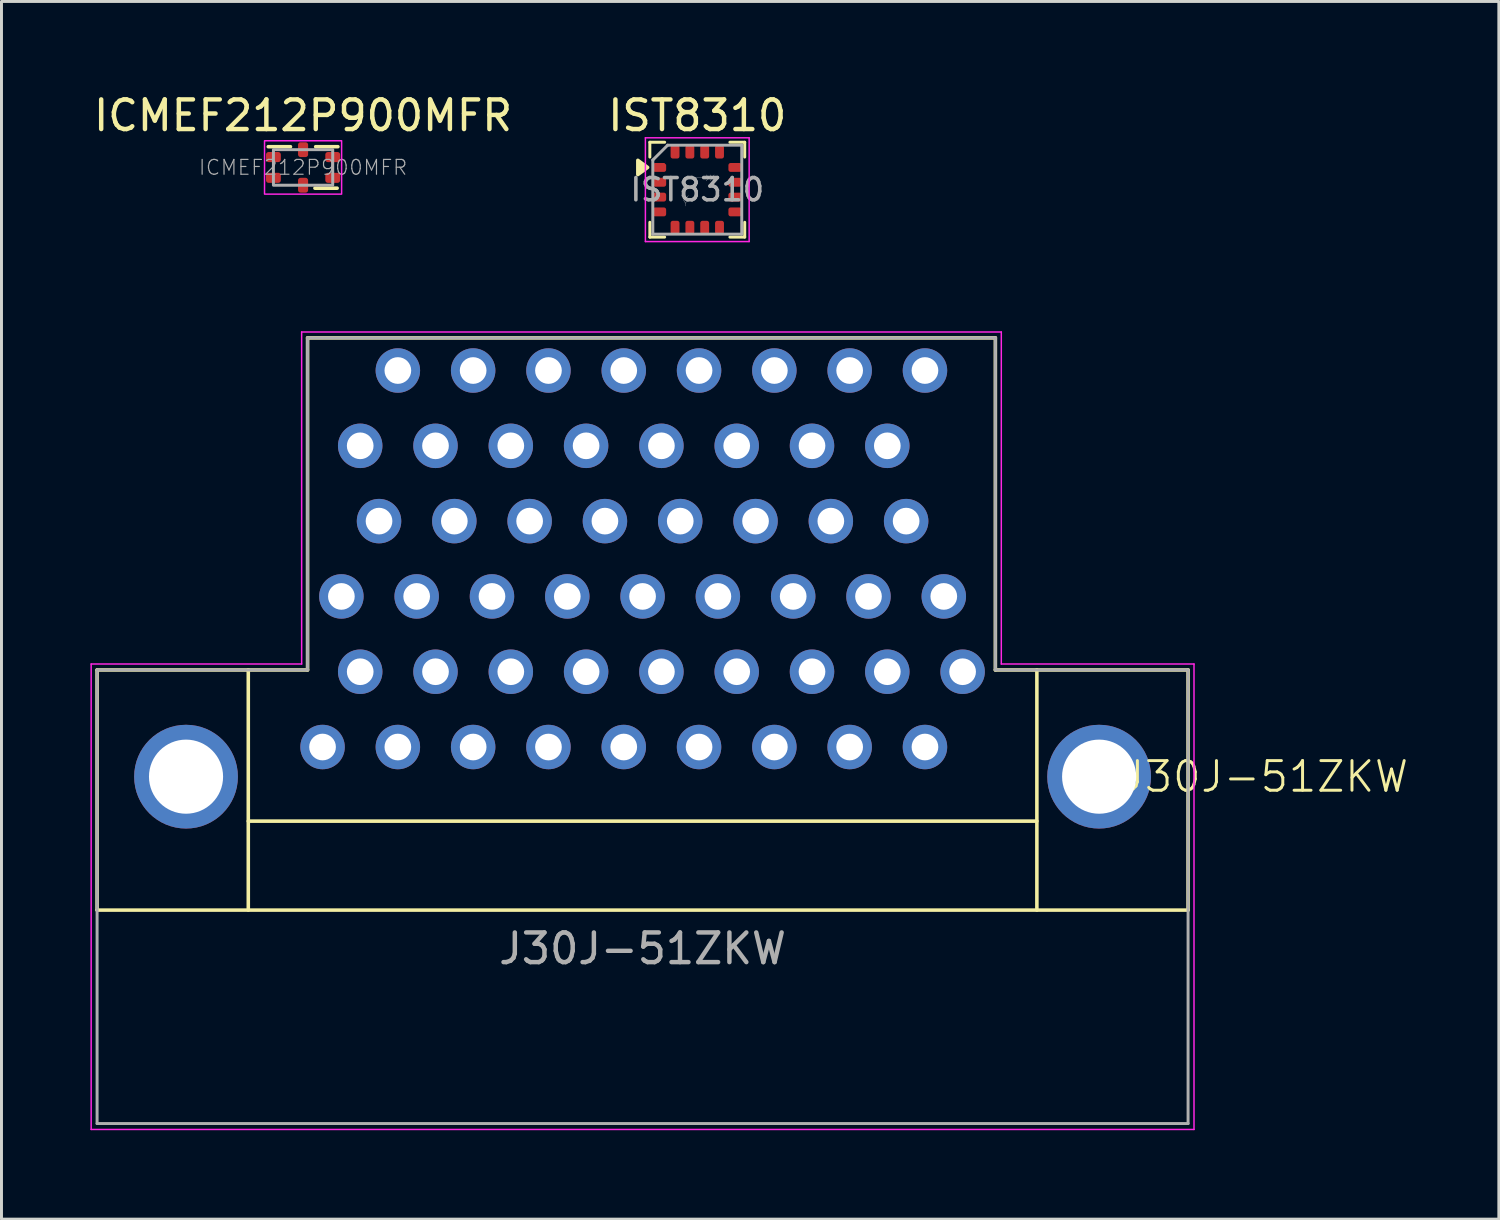
<source format=kicad_pcb>
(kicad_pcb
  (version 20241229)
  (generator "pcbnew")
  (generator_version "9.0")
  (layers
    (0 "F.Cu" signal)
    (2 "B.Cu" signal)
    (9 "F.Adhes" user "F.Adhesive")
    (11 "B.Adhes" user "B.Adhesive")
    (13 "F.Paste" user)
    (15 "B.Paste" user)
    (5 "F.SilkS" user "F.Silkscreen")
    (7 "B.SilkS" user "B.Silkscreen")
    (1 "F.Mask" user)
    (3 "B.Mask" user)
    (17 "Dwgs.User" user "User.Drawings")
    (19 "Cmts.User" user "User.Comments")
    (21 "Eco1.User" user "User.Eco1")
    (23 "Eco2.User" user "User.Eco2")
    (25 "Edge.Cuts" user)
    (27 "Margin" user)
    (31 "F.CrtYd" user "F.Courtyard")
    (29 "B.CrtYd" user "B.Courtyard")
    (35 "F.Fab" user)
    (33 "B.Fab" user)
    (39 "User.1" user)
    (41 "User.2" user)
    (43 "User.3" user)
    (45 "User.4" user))
  (footprint "J30J-51ZKW"
    (layer "F.Cu")
    (at 18.625 23.148)
    (property "Reference" "J30J-51ZKW" (at 21 0 0) (unlocked yes) (layer "F.SilkS") (effects (font (size 1 1) (thickness 0.1))))
    (attr through_hole)
    (fp_line (start -18.4 -3.6) (end -13.3 -3.6) (stroke (width 0.12) (type solid)) (layer "F.SilkS"))
    (fp_line (start -18.4 4.5) (end -18.4 -3.6) (stroke (width 0.12) (type solid)) (layer "F.SilkS"))
    (fp_line (start -13.3 1.5) (end 13.3 1.5) (stroke (width 0.12) (type solid)) (layer "F.SilkS"))
    (fp_line (start -13.3 4.5) (end -13.3 -3.6) (stroke (width 0.12) (type solid)) (layer "F.SilkS"))
    (fp_line (start -11.3 -14.8) (end -11.3 -3.6) (stroke (width 0.12) (type solid)) (layer "F.SilkS"))
    (fp_line (start -11.3 -14.8) (end 11.9 -14.8) (stroke (width 0.12) (type solid)) (layer "F.SilkS"))
    (fp_line (start -11.3 -3.6) (end -13.3 -3.6) (stroke (width 0.12) (type solid)) (layer "F.SilkS"))
    (fp_line (start 11.9 -14.8) (end 11.9 -3.6) (stroke (width 0.12) (type solid)) (layer "F.SilkS"))
    (fp_line (start 11.9 -3.6) (end 13.3 -3.6) (stroke (width 0.12) (type solid)) (layer "F.SilkS"))
    (fp_line (start 13.3 -3.6) (end 13.3 4.5) (stroke (width 0.12) (type solid)) (layer "F.SilkS"))
    (fp_line (start 13.3 -3.6) (end 18.4 -3.6) (stroke (width 0.12) (type solid)) (layer "F.SilkS"))
    (fp_line (start 18.4 -3.6) (end 18.4 4.5) (stroke (width 0.12) (type solid)) (layer "F.SilkS"))
    (fp_line (start 18.4 4.5) (end -18.4 4.5) (stroke (width 0.12) (type solid)) (layer "F.SilkS"))
    (fp_line (start -18.6 -3.8) (end -11.5 -3.8) (stroke (width 0.05) (type default)) (layer "F.CrtYd"))
    (fp_line (start -18.6 11.9) (end -18.6 -3.8) (stroke (width 0.05) (type default)) (layer "F.CrtYd"))
    (fp_line (start -11.5 -15) (end 12.1 -15) (stroke (width 0.05) (type default)) (layer "F.CrtYd"))
    (fp_line (start -11.5 -3.8) (end -11.5 -15) (stroke (width 0.05) (type default)) (layer "F.CrtYd"))
    (fp_line (start 12.1 -15) (end 12.1 -3.8) (stroke (width 0.05) (type default)) (layer "F.CrtYd"))
    (fp_line (start 12.1 -3.8) (end 18.6 -3.8) (stroke (width 0.05) (type default)) (layer "F.CrtYd"))
    (fp_line (start 18.6 -3.8) (end 18.6 11.9) (stroke (width 0.05) (type default)) (layer "F.CrtYd"))
    (fp_line (start 18.6 11.9) (end -18.6 11.9) (stroke (width 0.05) (type default)) (layer "F.CrtYd"))
    (fp_line (start -18.4 -3.6) (end -11.3 -3.6) (stroke (width 0.1) (type solid)) (layer "F.Fab"))
    (fp_line (start -18.4 11.7) (end -18.4 -3.6) (stroke (width 0.1) (type solid)) (layer "F.Fab"))
    (fp_line (start -18.4 11.7) (end 18.4 11.7) (stroke (width 0.1) (type solid)) (layer "F.Fab"))
    (fp_line (start -11.3 -14.8) (end 11.9 -14.8) (stroke (width 0.1) (type solid)) (layer "F.Fab"))
    (fp_line (start -11.3 -3.6) (end -11.3 -14.8) (stroke (width 0.1) (type solid)) (layer "F.Fab"))
    (fp_line (start 11.9 -14.8) (end 11.9 -3.6) (stroke (width 0.1) (type solid)) (layer "F.Fab"))
    (fp_line (start 11.9 -3.6) (end 18.4 -3.6) (stroke (width 0.1) (type solid)) (layer "F.Fab"))
    (fp_line (start 18.4 11.7) (end 18.4 -3.6) (stroke (width 0.1) (type solid)) (layer "F.Fab"))
    (fp_text user "${REFERENCE}" (at 0 5.8 0) (unlocked yes) (layer "F.Fab") (effects (font (size 1 1) (thickness 0.15))))
    (pad "1" thru_hole circle (at -10.795 -1) (size 1.5 1.5) (drill 0.9) (layers "*.Cu" "*.Mask"))
    (pad "2" thru_hole circle (at -9.525 -3.54) (size 1.5 1.5) (drill 0.9) (layers "*.Cu" "*.Mask"))
    (pad "3" thru_hole circle (at -8.255 -1) (size 1.5 1.5) (drill 0.9) (layers "*.Cu" "*.Mask"))
    (pad "4" thru_hole circle (at -6.985 -3.54) (size 1.5 1.5) (drill 0.9) (layers "*.Cu" "*.Mask"))
    (pad "5" thru_hole circle (at -5.715 -1) (size 1.5 1.5) (drill 0.9) (layers "*.Cu" "*.Mask"))
    (pad "6" thru_hole circle (at -4.445 -3.54) (size 1.5 1.5) (drill 0.9) (layers "*.Cu" "*.Mask"))
    (pad "7" thru_hole circle (at -3.175 -1) (size 1.5 1.5) (drill 0.9) (layers "*.Cu" "*.Mask"))
    (pad "8" thru_hole circle (at -1.905 -3.54) (size 1.5 1.5) (drill 0.9) (layers "*.Cu" "*.Mask"))
    (pad "9" thru_hole circle (at -0.635 -1) (size 1.5 1.5) (drill 0.9) (layers "*.Cu" "*.Mask"))
    (pad "10" thru_hole circle (at 0.635 -3.54) (size 1.5 1.5) (drill 0.9) (layers "*.Cu" "*.Mask"))
    (pad "11" thru_hole circle (at 1.905 -1) (size 1.5 1.5) (drill 0.9) (layers "*.Cu" "*.Mask"))
    (pad "12" thru_hole circle (at 3.175 -3.54) (size 1.5 1.5) (drill 0.9) (layers "*.Cu" "*.Mask"))
    (pad "13" thru_hole circle (at 4.445 -1) (size 1.5 1.5) (drill 0.9) (layers "*.Cu" "*.Mask"))
    (pad "14" thru_hole circle (at 5.715 -3.54) (size 1.5 1.5) (drill 0.9) (layers "*.Cu" "*.Mask"))
    (pad "15" thru_hole circle (at 6.985 -1) (size 1.5 1.5) (drill 0.9) (layers "*.Cu" "*.Mask"))
    (pad "16" thru_hole circle (at 8.255 -3.54) (size 1.5 1.5) (drill 0.9) (layers "*.Cu" "*.Mask"))
    (pad "17" thru_hole circle (at 9.525 -1) (size 1.5 1.5) (drill 0.9) (layers "*.Cu" "*.Mask"))
    (pad "18" thru_hole circle (at 10.795 -3.54) (size 1.5 1.5) (drill 0.9) (layers "*.Cu" "*.Mask"))
    (pad "19" thru_hole circle (at -10.16 -6.08) (size 1.5 1.5) (drill 0.9) (layers "*.Cu" "*.Mask"))
    (pad "20" thru_hole circle (at -8.89 -8.62) (size 1.5 1.5) (drill 0.9) (layers "*.Cu" "*.Mask"))
    (pad "21" thru_hole circle (at -7.62 -6.08) (size 1.5 1.5) (drill 0.9) (layers "*.Cu" "*.Mask"))
    (pad "22" thru_hole circle (at -6.35 -8.62) (size 1.5 1.5) (drill 0.9) (layers "*.Cu" "*.Mask"))
    (pad "23" thru_hole circle (at -5.08 -6.08) (size 1.5 1.5) (drill 0.9) (layers "*.Cu" "*.Mask"))
    (pad "24" thru_hole circle (at -3.81 -8.62) (size 1.5 1.5) (drill 0.9) (layers "*.Cu" "*.Mask"))
    (pad "25" thru_hole circle (at -2.54 -6.08) (size 1.5 1.5) (drill 0.9) (layers "*.Cu" "*.Mask"))
    (pad "26" thru_hole circle (at -1.27 -8.62) (size 1.5 1.5) (drill 0.9) (layers "*.Cu" "*.Mask"))
    (pad "27" thru_hole circle (at 0 -6.08) (size 1.5 1.5) (drill 0.9) (layers "*.Cu" "*.Mask"))
    (pad "28" thru_hole circle (at 1.27 -8.62) (size 1.5 1.5) (drill 0.9) (layers "*.Cu" "*.Mask"))
    (pad "29" thru_hole circle (at 2.54 -6.08) (size 1.5 1.5) (drill 0.9) (layers "*.Cu" "*.Mask"))
    (pad "30" thru_hole circle (at 3.81 -8.62) (size 1.5 1.5) (drill 0.9) (layers "*.Cu" "*.Mask"))
    (pad "31" thru_hole circle (at 5.08 -6.08) (size 1.5 1.5) (drill 0.9) (layers "*.Cu" "*.Mask"))
    (pad "32" thru_hole circle (at 6.35 -8.62) (size 1.5 1.5) (drill 0.9) (layers "*.Cu" "*.Mask"))
    (pad "33" thru_hole circle (at 7.62 -6.08) (size 1.5 1.5) (drill 0.9) (layers "*.Cu" "*.Mask"))
    (pad "34" thru_hole circle (at 8.89 -8.62) (size 1.5 1.5) (drill 0.9) (layers "*.Cu" "*.Mask"))
    (pad "35" thru_hole circle (at 10.16 -6.08) (size 1.5 1.5) (drill 0.9) (layers "*.Cu" "*.Mask"))
    (pad "36" thru_hole circle (at -9.525 -11.16) (size 1.5 1.5) (drill 0.9) (layers "*.Cu" "*.Mask"))
    (pad "37" thru_hole circle (at -8.255 -13.7) (size 1.5 1.5) (drill 0.9) (layers "*.Cu" "*.Mask"))
    (pad "38" thru_hole circle (at -6.985 -11.16) (size 1.5 1.5) (drill 0.9) (layers "*.Cu" "*.Mask"))
    (pad "39" thru_hole circle (at -5.715 -13.7) (size 1.5 1.5) (drill 0.9) (layers "*.Cu" "*.Mask"))
    (pad "40" thru_hole circle (at -4.445 -11.16) (size 1.5 1.5) (drill 0.9) (layers "*.Cu" "*.Mask"))
    (pad "41" thru_hole circle (at -3.175 -13.7) (size 1.5 1.5) (drill 0.9) (layers "*.Cu" "*.Mask"))
    (pad "42" thru_hole circle (at -1.905 -11.16) (size 1.5 1.5) (drill 0.9) (layers "*.Cu" "*.Mask"))
    (pad "43" thru_hole circle (at -0.635 -13.7) (size 1.5 1.5) (drill 0.9) (layers "*.Cu" "*.Mask"))
    (pad "44" thru_hole circle (at 0.635 -11.16) (size 1.5 1.5) (drill 0.9) (layers "*.Cu" "*.Mask"))
    (pad "45" thru_hole circle (at 1.905 -13.7) (size 1.5 1.5) (drill 0.9) (layers "*.Cu" "*.Mask"))
    (pad "46" thru_hole circle (at 3.175 -11.16) (size 1.5 1.5) (drill 0.9) (layers "*.Cu" "*.Mask"))
    (pad "47" thru_hole circle (at 4.445 -13.7) (size 1.5 1.5) (drill 0.9) (layers "*.Cu" "*.Mask"))
    (pad "48" thru_hole circle (at 5.715 -11.16) (size 1.5 1.5) (drill 0.9) (layers "*.Cu" "*.Mask"))
    (pad "49" thru_hole circle (at 6.985 -13.7) (size 1.5 1.5) (drill 0.9) (layers "*.Cu" "*.Mask"))
    (pad "50" thru_hole circle (at 8.255 -11.16) (size 1.5 1.5) (drill 0.9) (layers "*.Cu" "*.Mask"))
    (pad "51" thru_hole circle (at 9.525 -13.7) (size 1.5 1.5) (drill 0.9) (layers "*.Cu" "*.Mask"))
    (pad "MP1" thru_hole circle (at -15.4 0) (size 3.5 3.5) (drill 2.5) (layers "*.Cu" "*.Mask"))
    (pad "MP2" thru_hole circle (at 15.4 0) (size 3.5 3.5) (drill 2.5) (layers "*.Cu" "*.Mask")))
  (footprint "IST8310"
    (layer "F.Cu")
    (at 20.47 3.348)
    (property "Reference" "IST8310" (at 0 -2.5 0) (layer "F.SilkS") (effects (font (size 1 1) (thickness 0.15))))
    (attr smd)
    (fp_line (start -1.6 -1.6) (end -1.6 -1.1) (stroke (width 0.1) (type solid)) (layer "F.SilkS"))
    (fp_line (start -1.6 -1.6) (end -1.1 -1.6) (stroke (width 0.1) (type solid)) (layer "F.SilkS"))
    (fp_line (start -1.6 1.6) (end -1.6 1.1) (stroke (width 0.1) (type solid)) (layer "F.SilkS"))
    (fp_line (start -1.6 1.6) (end -1.1 1.6) (stroke (width 0.1) (type solid)) (layer "F.SilkS"))
    (fp_line (start 1.1 -1.6) (end 1.6 -1.6) (stroke (width 0.1) (type solid)) (layer "F.SilkS"))
    (fp_line (start 1.6 -1.6) (end 1.6 -1.1) (stroke (width 0.1) (type solid)) (layer "F.SilkS"))
    (fp_line (start 1.6 1.6) (end 1.1 1.6) (stroke (width 0.1) (type solid)) (layer "F.SilkS"))
    (fp_line (start 1.6 1.6) (end 1.6 1.1) (stroke (width 0.1) (type solid)) (layer "F.SilkS"))
    (fp_poly (pts (xy -1.675 -0.75) (xy -2.005 -0.51) (xy -2.005 -0.99) (xy -1.675 -0.75)) (stroke (width 0.12) (type solid)) (fill yes) (layer "F.SilkS"))
    (fp_line (start -0.4 -0.4) (end 0.4 -0.4) (stroke (width 0.01) (type solid)) (layer "Dwgs.User"))
    (fp_line (start -0.4 0.3) (end -0.5 0.2) (stroke (width 0.01) (type solid)) (layer "Dwgs.User"))
    (fp_line (start -0.4 0.3) (end -0.4 -0.4) (stroke (width 0.01) (type solid)) (layer "Dwgs.User"))
    (fp_line (start -0.4 0.3) (end -0.3 0.2) (stroke (width 0.01) (type solid)) (layer "Dwgs.User"))
    (fp_line (start 0.4 -0.4) (end 0.3 -0.5) (stroke (width 0.01) (type solid)) (layer "Dwgs.User"))
    (fp_line (start 0.4 -0.4) (end 0.3 -0.3) (stroke (width 0.01) (type solid)) (layer "Dwgs.User"))
    (fp_line (start -1.75 -1.75) (end 1.75 -1.75) (stroke (width 0.05) (type solid)) (layer "F.CrtYd"))
    (fp_line (start -1.75 1.75) (end -1.75 -1.75) (stroke (width 0.05) (type solid)) (layer "F.CrtYd"))
    (fp_line (start 1.75 -1.75) (end 1.75 1.75) (stroke (width 0.05) (type solid)) (layer "F.CrtYd"))
    (fp_line (start 1.75 1.75) (end -1.75 1.75) (stroke (width 0.05) (type solid)) (layer "F.CrtYd"))
    (fp_line (start -1.5 -1) (end -1 -1.5) (stroke (width 0.1) (type solid)) (layer "F.Fab"))
    (fp_line (start -1.5 1.5) (end -1.5 -1) (stroke (width 0.1) (type solid)) (layer "F.Fab"))
    (fp_line (start -1 -1.5) (end 1.5 -1.5) (stroke (width 0.1) (type solid)) (layer "F.Fab"))
    (fp_line (start 1.5 -1.5) (end 1.5 1.5) (stroke (width 0.1) (type solid)) (layer "F.Fab"))
    (fp_line (start 1.5 1.5) (end -1.5 1.5) (stroke (width 0.1) (type solid)) (layer "F.Fab"))
    (fp_text user "X" (at 0.4 -0.275 0) (unlocked yes) (layer "Dwgs.User") (effects (font (size 0.2 0.2) (thickness 0.01)) (justify left bottom)))
    (fp_text user "Y" (at -0.49 0.575 0) (unlocked yes) (layer "Dwgs.User") (effects (font (size 0.2 0.2) (thickness 0.01)) (justify left bottom)))
    (fp_text user "${REFERENCE}" (at 0 0 180) (layer "F.Fab") (effects (font (size 0.75 0.75) (thickness 0.12))))
    (pad "1" smd roundrect (at -1.275 -0.75 90) (size 0.3 0.45) (layers "F.Cu" "F.Mask" "F.Paste") (roundrect_rratio 0.25) (chamfer_ratio 0.2) (chamfer bottom_right))
    (pad "2" smd roundrect (at -1.275 -0.25 90) (size 0.3 0.45) (layers "F.Cu" "F.Mask" "F.Paste") (roundrect_rratio 0.25))
    (pad "3" smd roundrect (at -1.275 0.25 90) (size 0.3 0.45) (layers "F.Cu" "F.Mask" "F.Paste") (roundrect_rratio 0.25))
    (pad "4" smd roundrect (at -1.275 0.75 90) (size 0.3 0.45) (layers "F.Cu" "F.Mask" "F.Paste") (roundrect_rratio 0.25))
    (pad "5" smd roundrect (at -0.75 1.275) (size 0.3 0.45) (layers "F.Cu" "F.Mask" "F.Paste") (roundrect_rratio 0.25))
    (pad "6" smd roundrect (at -0.25 1.275) (size 0.3 0.45) (layers "F.Cu" "F.Mask" "F.Paste") (roundrect_rratio 0.25))
    (pad "7" smd roundrect (at 0.25 1.275) (size 0.3 0.45) (layers "F.Cu" "F.Mask" "F.Paste") (roundrect_rratio 0.25))
    (pad "8" smd roundrect (at 0.75 1.275) (size 0.3 0.45) (layers "F.Cu" "F.Mask" "F.Paste") (roundrect_rratio 0.25))
    (pad "9" smd roundrect (at 1.275 0.75 90) (size 0.3 0.45) (layers "F.Cu" "F.Mask" "F.Paste") (roundrect_rratio 0.25))
    (pad "10" smd roundrect (at 1.275 0.25 90) (size 0.3 0.45) (layers "F.Cu" "F.Mask" "F.Paste") (roundrect_rratio 0.25))
    (pad "11" smd roundrect (at 1.275 -0.25 90) (size 0.3 0.45) (layers "F.Cu" "F.Mask" "F.Paste") (roundrect_rratio 0.25))
    (pad "12" smd roundrect (at 1.275 -0.75 90) (size 0.3 0.45) (layers "F.Cu" "F.Mask" "F.Paste") (roundrect_rratio 0.25))
    (pad "13" smd roundrect (at 0.75 -1.275) (size 0.3 0.45) (layers "F.Cu" "F.Mask" "F.Paste") (roundrect_rratio 0.25))
    (pad "14" smd roundrect (at 0.25 -1.275) (size 0.3 0.45) (layers "F.Cu" "F.Mask" "F.Paste") (roundrect_rratio 0.25))
    (pad "15" smd roundrect (at -0.25 -1.275) (size 0.3 0.45) (layers "F.Cu" "F.Mask" "F.Paste") (roundrect_rratio 0.25))
    (pad "16" smd roundrect (at -0.75 -1.275) (size 0.3 0.45) (layers "F.Cu" "F.Mask" "F.Paste") (roundrect_rratio 0.25)))
  (footprint "ICMEF212P900MFR"
    (layer "F.Cu")
    (at 7.173 2.598)
    (property "Reference" "ICMEF212P900MFR" (at 0 -1.75 0) (unlocked yes) (layer "F.SilkS") (effects (font (size 1 1) (thickness 0.15))))
    (attr smd)
    (fp_line (start -0.425 -0.7) (end -1.175 -0.7) (stroke (width 0.12) (type default)) (layer "F.SilkS"))
    (fp_line (start 1.15 0.7) (end 0.4 0.7) (stroke (width 0.12) (type default)) (layer "F.SilkS"))
    (fp_line (start 1.175 -0.7) (end 0.425 -0.7) (stroke (width 0.12) (type default)) (layer "F.SilkS"))
    (fp_rect (start -1.3 -0.9) (end 1.3 0.9) (stroke (width 0.05) (type default)) (fill no) (layer "F.CrtYd"))
    (fp_rect (start -1 -0.6) (end 1 0.6) (stroke (width 0.1) (type default)) (fill no) (layer "F.Fab"))
    (fp_text user "${REFERENCE}" (at 0 0 0) (unlocked yes) (layer "F.Fab") (effects (font (size 0.5 0.5) (thickness 0.04))))
    (pad "1" smd roundrect (at -1 0.35) (size 0.5 0.34) (layers "F.Cu" "F.Mask" "F.Paste") (roundrect_rratio 0.25))
    (pad "2" smd roundrect (at -1 -0.35) (size 0.5 0.34) (layers "F.Cu" "F.Mask" "F.Paste") (roundrect_rratio 0.25))
    (pad "3" smd roundrect (at 1 0.35) (size 0.5 0.34) (layers "F.Cu" "F.Mask" "F.Paste") (roundrect_rratio 0.25))
    (pad "4" smd roundrect (at 1 -0.35) (size 0.5 0.34) (layers "F.Cu" "F.Mask" "F.Paste") (roundrect_rratio 0.25))
    (pad "5" smd roundrect (at 0 0.6 90) (size 0.5 0.34) (layers "F.Cu" "F.Mask" "F.Paste") (roundrect_rratio 0.25))
    (pad "6" smd roundrect (at 0 -0.6 90) (size 0.5 0.34) (layers "F.Cu" "F.Mask" "F.Paste") (roundrect_rratio 0.25)))
  (gr_rect
    (start -3 -3)
    (end 47.508 38.073)
    (stroke (width 0.1) (type default))
    (fill no)
    (layer "Edge.Cuts")))
</source>
